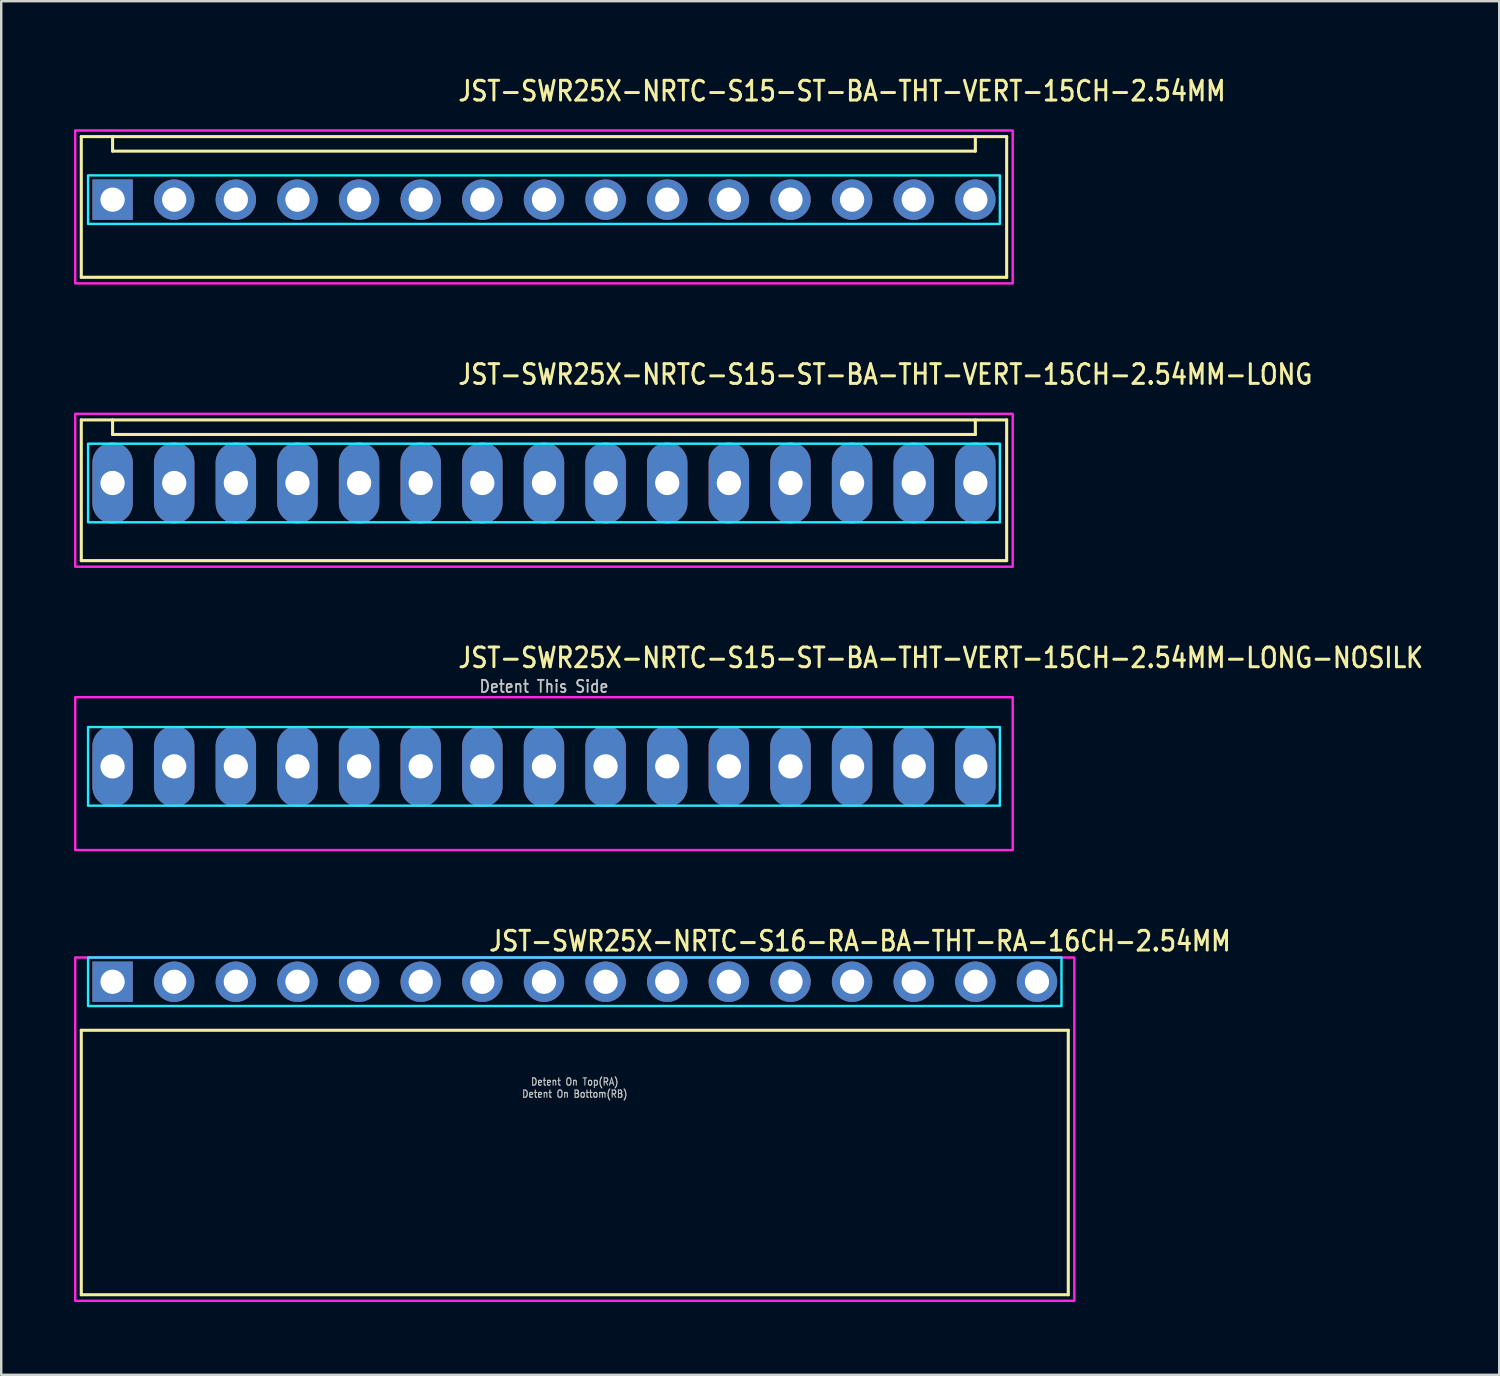
<source format=kicad_pcb>
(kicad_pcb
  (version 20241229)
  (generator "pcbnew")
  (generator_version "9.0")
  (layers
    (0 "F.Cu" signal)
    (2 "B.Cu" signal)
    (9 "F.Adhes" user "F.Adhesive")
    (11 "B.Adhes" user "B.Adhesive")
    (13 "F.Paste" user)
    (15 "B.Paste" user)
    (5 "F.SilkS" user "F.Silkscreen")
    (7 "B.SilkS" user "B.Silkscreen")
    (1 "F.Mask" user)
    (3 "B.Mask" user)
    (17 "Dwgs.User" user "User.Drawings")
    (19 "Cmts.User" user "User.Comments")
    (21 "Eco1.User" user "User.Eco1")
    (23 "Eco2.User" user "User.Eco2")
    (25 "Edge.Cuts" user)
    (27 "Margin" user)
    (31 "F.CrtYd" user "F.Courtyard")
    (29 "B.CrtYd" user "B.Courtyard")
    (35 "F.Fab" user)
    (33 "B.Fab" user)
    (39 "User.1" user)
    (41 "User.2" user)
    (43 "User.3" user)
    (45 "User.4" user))
  (footprint "JST-SWR25X-NRTC-S15-ST-BA-THT-VERT-15CH-2.54MM-LONG-NOSILK"
    (layer "F.Cu")
    (at 19.37 28.536)
    (property "Reference" "JST-SWR25X-NRTC-S15-ST-BA-THT-VERT-15CH-2.54MM-LONG-NOSILK" (at -3.6 -4 0) (unlocked yes) (layer "F.SilkS") (effects (font (size 0.813 0.695) (thickness 0.122)) (justify left bottom)))
    (fp_poly (pts (xy -18.79 -1.62) (xy -18.79 1.62) (xy 18.79 1.62) (xy 18.79 -1.62)) (stroke (width 0.1) (type solid)) (fill no) (layer "B.CrtYd"))
    (fp_poly (pts (xy -19.32 -2.85) (xy -19.32 3.45) (xy 19.32 3.45) (xy 19.32 -2.85)) (stroke (width 0.1) (type solid)) (fill no) (layer "F.CrtYd"))
    (fp_text user "Detent This Side" (at 0 -3 0) (unlocked yes) (layer "Dwgs.User") (effects (font (size 0.5 0.427) (thickness 0.075)) (justify bottom)))
    (pad "P$1" thru_hole oval (at -17.78 0 90) (size 3.333 1.667) (drill 1) (layers "*.Cu" "*.Mask"))
    (pad "P$2" thru_hole oval (at -15.24 0 90) (size 3.333 1.667) (drill 1) (layers "*.Cu" "*.Mask"))
    (pad "P$3" thru_hole oval (at -12.7 0 90) (size 3.333 1.667) (drill 1) (layers "*.Cu" "*.Mask"))
    (pad "P$4" thru_hole oval (at -10.16 0 90) (size 3.333 1.667) (drill 1) (layers "*.Cu" "*.Mask"))
    (pad "P$5" thru_hole oval (at -7.62 0 90) (size 3.333 1.667) (drill 1) (layers "*.Cu" "*.Mask"))
    (pad "P$6" thru_hole oval (at -5.08 0 90) (size 3.333 1.667) (drill 1) (layers "*.Cu" "*.Mask"))
    (pad "P$7" thru_hole oval (at -2.54 0 90) (size 3.333 1.667) (drill 1) (layers "*.Cu" "*.Mask"))
    (pad "P$8" thru_hole oval (at 0 0 90) (size 3.333 1.667) (drill 1) (layers "*.Cu" "*.Mask"))
    (pad "P$9" thru_hole oval (at 2.54 0 90) (size 3.333 1.667) (drill 1) (layers "*.Cu" "*.Mask"))
    (pad "P$10" thru_hole oval (at 5.08 0 90) (size 3.333 1.667) (drill 1) (layers "*.Cu" "*.Mask"))
    (pad "P$11" thru_hole oval (at 7.62 0 90) (size 3.333 1.667) (drill 1) (layers "*.Cu" "*.Mask"))
    (pad "P$12" thru_hole oval (at 10.16 0 90) (size 3.333 1.667) (drill 1) (layers "*.Cu" "*.Mask"))
    (pad "P$13" thru_hole oval (at 12.7 0 90) (size 3.333 1.667) (drill 1) (layers "*.Cu" "*.Mask"))
    (pad "P$14" thru_hole oval (at 15.24 0 90) (size 3.333 1.667) (drill 1) (layers "*.Cu" "*.Mask"))
    (pad "P$15" thru_hole oval (at 17.78 0 90) (size 3.333 1.667) (drill 1) (layers "*.Cu" "*.Mask")))
  (footprint "JST-SWR25X-NRTC-S15-ST-BA-THT-VERT-15CH-2.54MM"
    (layer "F.Cu")
    (at 19.37 5.179)
    (property "Reference" "JST-SWR25X-NRTC-S15-ST-BA-THT-VERT-15CH-2.54MM" (at -3.6 -4 0) (unlocked yes) (layer "F.SilkS") (effects (font (size 0.813 0.695) (thickness 0.122)) (justify left bottom)))
    (fp_line (start -19.07 -2.6) (end 19.07 -2.6) (stroke (width 0.127) (type solid)) (layer "F.SilkS"))
    (fp_line (start -19.07 3.2) (end -19.07 -2.6) (stroke (width 0.127) (type solid)) (layer "F.SilkS"))
    (fp_line (start -19.07 3.2) (end 19.07 3.2) (stroke (width 0.127) (type solid)) (layer "F.SilkS"))
    (fp_line (start -17.78 -2.6) (end -17.78 -2) (stroke (width 0.127) (type solid)) (layer "F.SilkS"))
    (fp_line (start -17.78 -2) (end 17.78 -2) (stroke (width 0.127) (type solid)) (layer "F.SilkS"))
    (fp_line (start 17.78 -2.6) (end 17.78 -2) (stroke (width 0.127) (type solid)) (layer "F.SilkS"))
    (fp_line (start 19.07 -2.6) (end 19.07 3.2) (stroke (width 0.127) (type solid)) (layer "F.SilkS"))
    (fp_poly (pts (xy -18.79 -1) (xy -18.79 1) (xy 18.79 1) (xy 18.79 -1)) (stroke (width 0.1) (type solid)) (fill no) (layer "B.CrtYd"))
    (fp_poly (pts (xy -19.32 -2.85) (xy -19.32 3.45) (xy 19.32 3.45) (xy 19.32 -2.85)) (stroke (width 0.1) (type solid)) (fill no) (layer "F.CrtYd"))
    (pad "P$1" thru_hole rect (at -17.78 0) (size 1.667 1.667) (drill 1) (layers "*.Cu" "*.Mask"))
    (pad "P$2" thru_hole oval (at -15.24 0) (size 1.667 1.667) (drill 1) (layers "*.Cu" "*.Mask"))
    (pad "P$3" thru_hole oval (at -12.7 0) (size 1.667 1.667) (drill 1) (layers "*.Cu" "*.Mask"))
    (pad "P$4" thru_hole oval (at -10.16 0) (size 1.667 1.667) (drill 1) (layers "*.Cu" "*.Mask"))
    (pad "P$5" thru_hole oval (at -7.62 0) (size 1.667 1.667) (drill 1) (layers "*.Cu" "*.Mask"))
    (pad "P$6" thru_hole oval (at -5.08 0) (size 1.667 1.667) (drill 1) (layers "*.Cu" "*.Mask"))
    (pad "P$7" thru_hole oval (at -2.54 0) (size 1.667 1.667) (drill 1) (layers "*.Cu" "*.Mask"))
    (pad "P$8" thru_hole oval (at 0 0) (size 1.667 1.667) (drill 1) (layers "*.Cu" "*.Mask"))
    (pad "P$9" thru_hole oval (at 2.54 0) (size 1.667 1.667) (drill 1) (layers "*.Cu" "*.Mask"))
    (pad "P$10" thru_hole oval (at 5.08 0) (size 1.667 1.667) (drill 1) (layers "*.Cu" "*.Mask"))
    (pad "P$11" thru_hole oval (at 7.62 0) (size 1.667 1.667) (drill 1) (layers "*.Cu" "*.Mask"))
    (pad "P$12" thru_hole oval (at 10.16 0) (size 1.667 1.667) (drill 1) (layers "*.Cu" "*.Mask"))
    (pad "P$13" thru_hole oval (at 12.7 0) (size 1.667 1.667) (drill 1) (layers "*.Cu" "*.Mask"))
    (pad "P$14" thru_hole oval (at 15.24 0) (size 1.667 1.667) (drill 1) (layers "*.Cu" "*.Mask"))
    (pad "P$15" thru_hole oval (at 17.78 0) (size 1.667 1.667) (drill 1) (layers "*.Cu" "*.Mask")))
  (footprint "JST-SWR25X-NRTC-S16-RA-BA-THT-RA-16CH-2.54MM"
    (layer "F.Cu")
    (at 20.64 37.414)
    (property "Reference" "JST-SWR25X-NRTC-S16-RA-BA-THT-RA-16CH-2.54MM" (at -3.6 -1.2 0) (unlocked yes) (layer "F.SilkS") (effects (font (size 0.813 0.695) (thickness 0.122)) (justify left bottom)))
    (fp_line (start -20.34 2) (end 20.34 2) (stroke (width 0.127) (type solid)) (layer "F.SilkS"))
    (fp_line (start -20.34 12.9) (end -20.34 2) (stroke (width 0.127) (type solid)) (layer "F.SilkS"))
    (fp_line (start -20.34 12.9) (end 20.34 12.9) (stroke (width 0.127) (type solid)) (layer "F.SilkS"))
    (fp_line (start 20.34 2) (end 20.34 12.9) (stroke (width 0.127) (type solid)) (layer "F.SilkS"))
    (fp_poly (pts (xy -20.06 -1) (xy -20.06 1) (xy 20.06 1) (xy 20.06 -1)) (stroke (width 0.1) (type solid)) (fill no) (layer "B.CrtYd"))
    (fp_poly (pts (xy -20.59 -1) (xy -20.59 13.15) (xy 20.59 13.15) (xy 20.59 -1)) (stroke (width 0.1) (type solid)) (fill no) (layer "F.CrtYd"))
    (fp_text user "Detent On Bottom(RB)" (at 0 4.8 0) (unlocked yes) (layer "Dwgs.User") (effects (font (size 0.3 0.257) (thickness 0.045)) (justify bottom)))
    (fp_text user "Detent On Top(RA)" (at 0 4.3 0) (unlocked yes) (layer "Dwgs.User") (effects (font (size 0.3 0.257) (thickness 0.045)) (justify bottom)))
    (pad "P$1" thru_hole rect (at -19.05 0) (size 1.667 1.667) (drill 1) (layers "*.Cu" "*.Mask"))
    (pad "P$2" thru_hole oval (at -16.51 0) (size 1.667 1.667) (drill 1) (layers "*.Cu" "*.Mask"))
    (pad "P$3" thru_hole oval (at -13.97 0) (size 1.667 1.667) (drill 1) (layers "*.Cu" "*.Mask"))
    (pad "P$4" thru_hole oval (at -11.43 0) (size 1.667 1.667) (drill 1) (layers "*.Cu" "*.Mask"))
    (pad "P$5" thru_hole oval (at -8.89 0) (size 1.667 1.667) (drill 1) (layers "*.Cu" "*.Mask"))
    (pad "P$6" thru_hole oval (at -6.35 0) (size 1.667 1.667) (drill 1) (layers "*.Cu" "*.Mask"))
    (pad "P$7" thru_hole oval (at -3.81 0) (size 1.667 1.667) (drill 1) (layers "*.Cu" "*.Mask"))
    (pad "P$8" thru_hole oval (at -1.27 0) (size 1.667 1.667) (drill 1) (layers "*.Cu" "*.Mask"))
    (pad "P$9" thru_hole oval (at 1.27 0) (size 1.667 1.667) (drill 1) (layers "*.Cu" "*.Mask"))
    (pad "P$10" thru_hole oval (at 3.81 0) (size 1.667 1.667) (drill 1) (layers "*.Cu" "*.Mask"))
    (pad "P$11" thru_hole oval (at 6.35 0) (size 1.667 1.667) (drill 1) (layers "*.Cu" "*.Mask"))
    (pad "P$12" thru_hole oval (at 8.89 0) (size 1.667 1.667) (drill 1) (layers "*.Cu" "*.Mask"))
    (pad "P$13" thru_hole oval (at 11.43 0) (size 1.667 1.667) (drill 1) (layers "*.Cu" "*.Mask"))
    (pad "P$14" thru_hole oval (at 13.97 0) (size 1.667 1.667) (drill 1) (layers "*.Cu" "*.Mask"))
    (pad "P$15" thru_hole oval (at 16.51 0) (size 1.667 1.667) (drill 1) (layers "*.Cu" "*.Mask"))
    (pad "P$16" thru_hole oval (at 19.05 0) (size 1.667 1.667) (drill 1) (layers "*.Cu" "*.Mask")))
  (footprint "JST-SWR25X-NRTC-S15-ST-BA-THT-VERT-15CH-2.54MM-LONG"
    (layer "F.Cu")
    (at 19.37 16.857)
    (property "Reference" "JST-SWR25X-NRTC-S15-ST-BA-THT-VERT-15CH-2.54MM-LONG" (at -3.6 -4 0) (unlocked yes) (layer "F.SilkS") (effects (font (size 0.813 0.695) (thickness 0.122)) (justify left bottom)))
    (fp_line (start -19.07 -2.6) (end 19.07 -2.6) (stroke (width 0.127) (type solid)) (layer "F.SilkS"))
    (fp_line (start -19.07 3.2) (end -19.07 -2.6) (stroke (width 0.127) (type solid)) (layer "F.SilkS"))
    (fp_line (start -19.07 3.2) (end 19.07 3.2) (stroke (width 0.127) (type solid)) (layer "F.SilkS"))
    (fp_line (start -17.78 -2.6) (end -17.78 -2) (stroke (width 0.127) (type solid)) (layer "F.SilkS"))
    (fp_line (start -17.78 -2) (end 17.78 -2) (stroke (width 0.127) (type solid)) (layer "F.SilkS"))
    (fp_line (start 17.78 -2.6) (end 17.78 -2) (stroke (width 0.127) (type solid)) (layer "F.SilkS"))
    (fp_line (start 19.07 -2.6) (end 19.07 3.2) (stroke (width 0.127) (type solid)) (layer "F.SilkS"))
    (fp_poly (pts (xy -18.79 -1.62) (xy -18.79 1.62) (xy 18.79 1.62) (xy 18.79 -1.62)) (stroke (width 0.1) (type solid)) (fill no) (layer "B.CrtYd"))
    (fp_poly (pts (xy -19.32 -2.85) (xy -19.32 3.45) (xy 19.32 3.45) (xy 19.32 -2.85)) (stroke (width 0.1) (type solid)) (fill no) (layer "F.CrtYd"))
    (pad "P$1" thru_hole oval (at -17.78 0 90) (size 3.333 1.667) (drill 1) (layers "*.Cu" "*.Mask"))
    (pad "P$2" thru_hole oval (at -15.24 0 90) (size 3.333 1.667) (drill 1) (layers "*.Cu" "*.Mask"))
    (pad "P$3" thru_hole oval (at -12.7 0 90) (size 3.333 1.667) (drill 1) (layers "*.Cu" "*.Mask"))
    (pad "P$4" thru_hole oval (at -10.16 0 90) (size 3.333 1.667) (drill 1) (layers "*.Cu" "*.Mask"))
    (pad "P$5" thru_hole oval (at -7.62 0 90) (size 3.333 1.667) (drill 1) (layers "*.Cu" "*.Mask"))
    (pad "P$6" thru_hole oval (at -5.08 0 90) (size 3.333 1.667) (drill 1) (layers "*.Cu" "*.Mask"))
    (pad "P$7" thru_hole oval (at -2.54 0 90) (size 3.333 1.667) (drill 1) (layers "*.Cu" "*.Mask"))
    (pad "P$8" thru_hole oval (at 0 0 90) (size 3.333 1.667) (drill 1) (layers "*.Cu" "*.Mask"))
    (pad "P$9" thru_hole oval (at 2.54 0 90) (size 3.333 1.667) (drill 1) (layers "*.Cu" "*.Mask"))
    (pad "P$10" thru_hole oval (at 5.08 0 90) (size 3.333 1.667) (drill 1) (layers "*.Cu" "*.Mask"))
    (pad "P$11" thru_hole oval (at 7.62 0 90) (size 3.333 1.667) (drill 1) (layers "*.Cu" "*.Mask"))
    (pad "P$12" thru_hole oval (at 10.16 0 90) (size 3.333 1.667) (drill 1) (layers "*.Cu" "*.Mask"))
    (pad "P$13" thru_hole oval (at 12.7 0 90) (size 3.333 1.667) (drill 1) (layers "*.Cu" "*.Mask"))
    (pad "P$14" thru_hole oval (at 15.24 0 90) (size 3.333 1.667) (drill 1) (layers "*.Cu" "*.Mask"))
    (pad "P$15" thru_hole oval (at 17.78 0 90) (size 3.333 1.667) (drill 1) (layers "*.Cu" "*.Mask")))
  (gr_rect
    (start -3 -3)
    (end 58.741 53.614)
    (stroke (width 0.1) (type default))
    (fill no)
    (layer "Edge.Cuts")))
</source>
